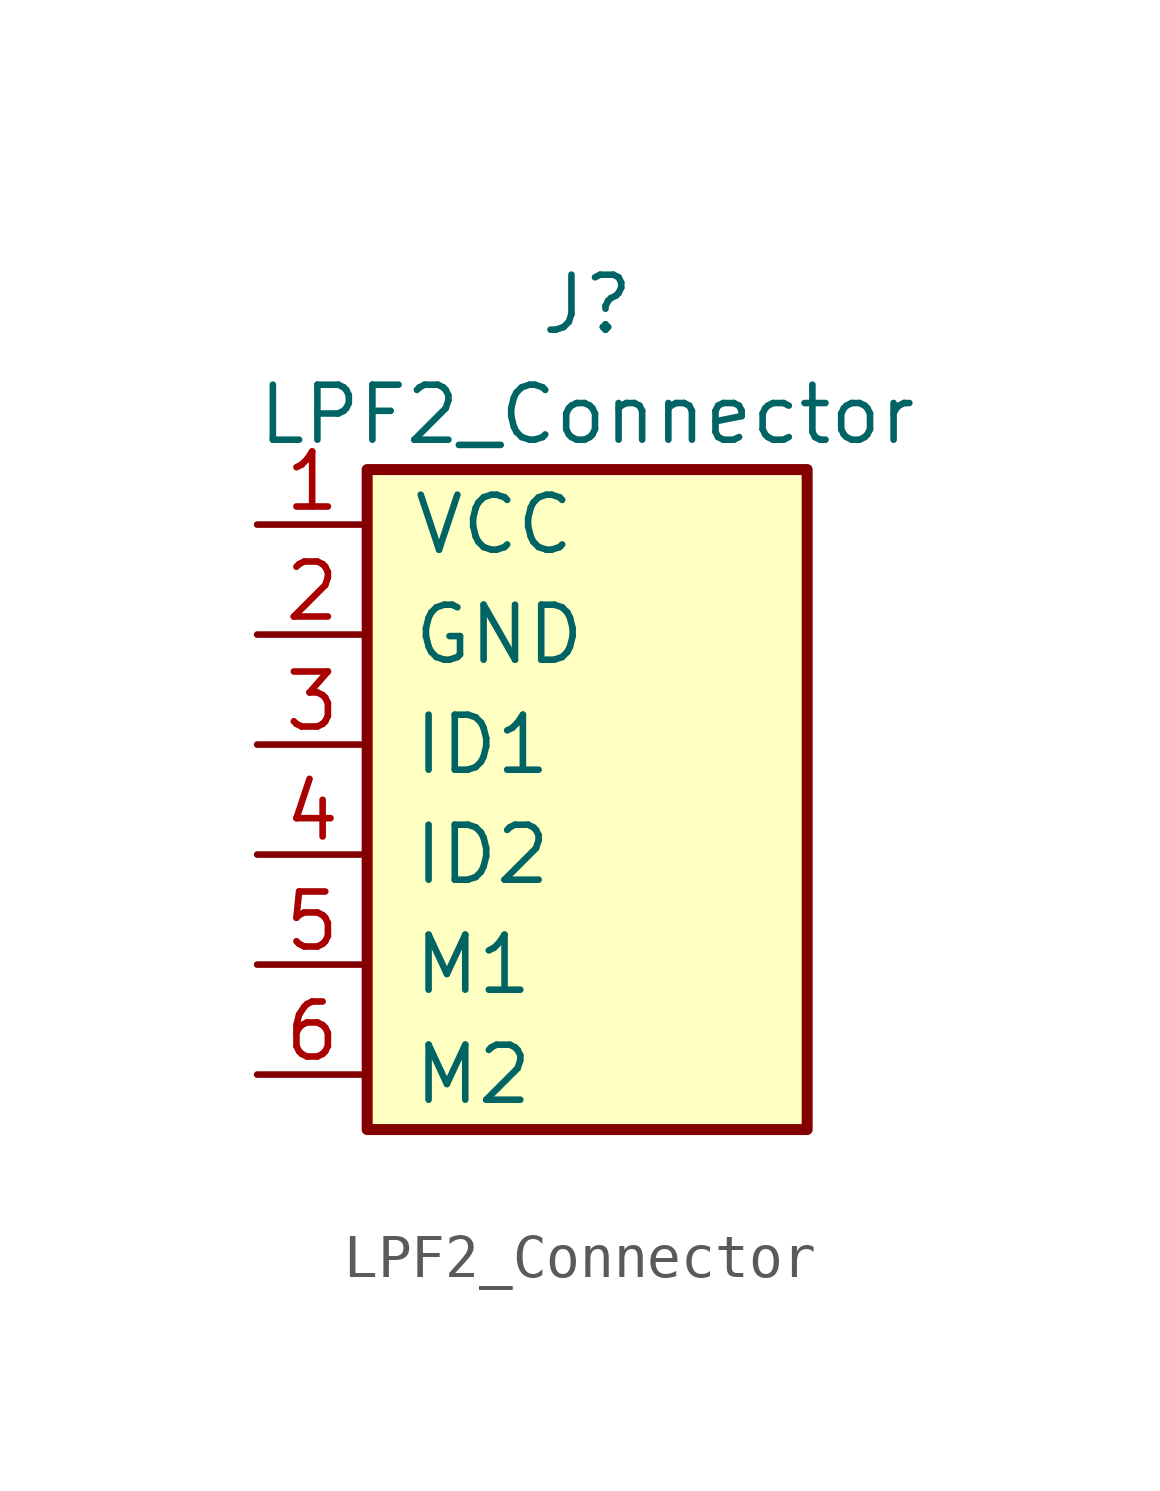
<source format=kicad_sym>
(kicad_symbol_lib
  (version 20220914)
  (generator kicad_symbol_editor)
  (symbol "LPF2_Connector"
    (pin_names
      (offset 1.016))
    (property "Reference" "J"
      (at 0 10.16 0)
      (effects (font (size 1.27 1.27))))
    (property "Value" "LPF2_Connector"
      (at 0 7.62 0)
      (effects (font (size 1.27 1.27))))
    (symbol "LPF2_Connector_0_1"
      (rectangle (start -5.08 6.35) (end 5.08 -8.89) (stroke (width 0.254) (type default)) (fill (type background))))
    (symbol "LPF2_Connector_1_1"
      (pin power_in line (at -7.62 5.08 0) (length 2.54) (name "VCC" (effects (font (size 1.27 1.27)))) (number "1" (effects (font (size 1.27 1.27)))))
      (pin power_in line (at -7.62 2.54 0) (length 2.54) (name "GND" (effects (font (size 1.27 1.27)))) (number "2" (effects (font (size 1.27 1.27)))))
      (pin output line (at -7.62 0 0) (length 2.54) (name "ID1" (effects (font (size 1.27 1.27)))) (number "3" (effects (font (size 1.27 1.27)))))
      (pin output line (at -7.62 -2.54 0) (length 2.54) (name "ID2" (effects (font (size 1.27 1.27)))) (number "4" (effects (font (size 1.27 1.27)))))
      (pin power_out line (at -7.62 -5.08 0) (length 2.54) (name "M1" (effects (font (size 1.27 1.27)))) (number "5" (effects (font (size 1.27 1.27)))))
      (pin power_out line (at -7.62 -7.62 0) (length 2.54) (name "M2" (effects (font (size 1.27 1.27)))) (number "6" (effects (font (size 1.27 1.27))))))))
</source>
